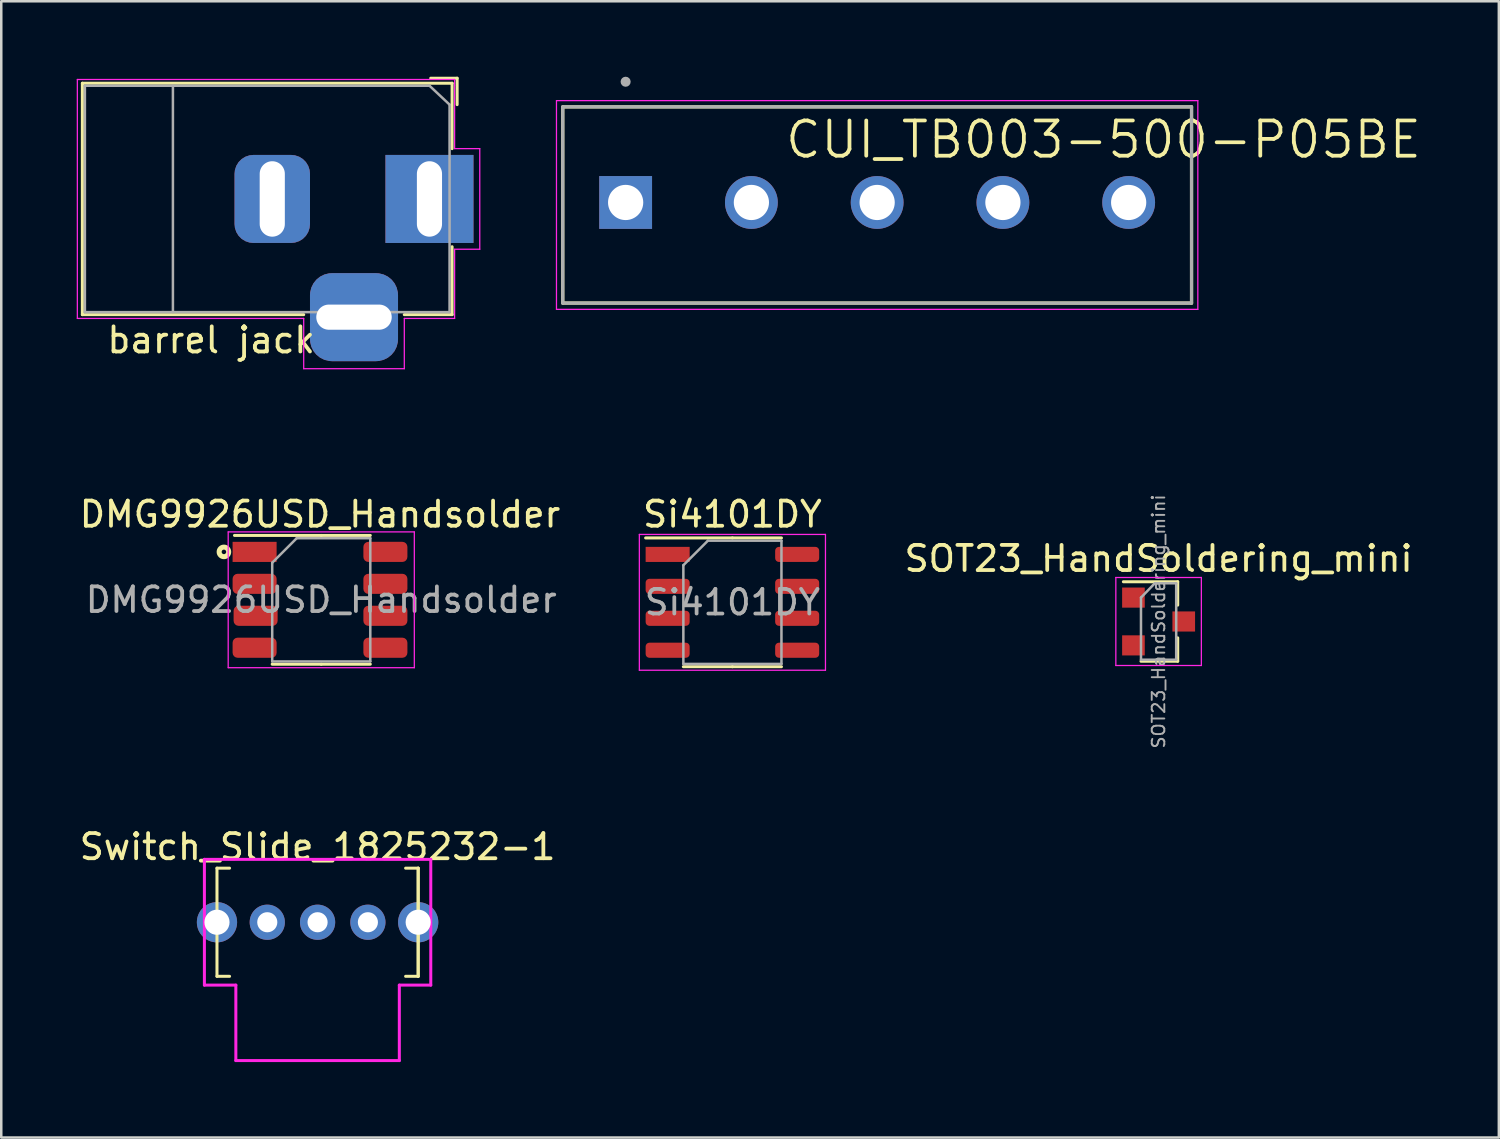
<source format=kicad_pcb>
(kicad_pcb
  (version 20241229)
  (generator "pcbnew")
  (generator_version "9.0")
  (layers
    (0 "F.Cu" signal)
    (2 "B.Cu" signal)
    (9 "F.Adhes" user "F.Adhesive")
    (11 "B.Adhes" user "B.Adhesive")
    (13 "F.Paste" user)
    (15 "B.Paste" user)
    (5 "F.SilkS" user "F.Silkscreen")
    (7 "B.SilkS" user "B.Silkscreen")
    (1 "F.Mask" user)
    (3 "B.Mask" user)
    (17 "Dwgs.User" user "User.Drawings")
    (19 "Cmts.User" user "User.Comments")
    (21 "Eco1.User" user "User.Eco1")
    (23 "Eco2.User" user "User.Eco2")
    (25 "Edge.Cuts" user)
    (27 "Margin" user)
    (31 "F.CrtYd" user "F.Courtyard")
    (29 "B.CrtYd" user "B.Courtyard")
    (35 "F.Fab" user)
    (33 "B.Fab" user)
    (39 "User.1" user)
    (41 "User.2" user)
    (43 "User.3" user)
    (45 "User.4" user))
  (footprint "DMG9926USD_Handsolder"
    (layer "F.Cu")
    (at 9.673 20.798)
    (property "Reference" "DMG9926USD_Handsolder" (at 0 -3.4 0) (layer "F.SilkS") (effects (font (size 1 1) (thickness 0.15))))
    (attr through_hole)
    (fp_line (start 0.05 -2.56) (end -3.4 -2.56) (stroke (width 0.12) (type solid)) (layer "F.SilkS"))
    (fp_line (start 0.05 -2.56) (end 2 -2.56) (stroke (width 0.12) (type solid)) (layer "F.SilkS"))
    (fp_line (start 0.05 2.56) (end -1.9 2.56) (stroke (width 0.12) (type solid)) (layer "F.SilkS"))
    (fp_line (start 0.05 2.56) (end 2 2.56) (stroke (width 0.12) (type solid)) (layer "F.SilkS"))
    (fp_circle (center -3.82 -1.905) (end -3.73 -1.905) (stroke (width 0.2) (type solid)) (fill no) (layer "F.SilkS"))
    (fp_line (start -3.65 -2.7) (end -3.65 2.7) (stroke (width 0.05) (type solid)) (layer "F.CrtYd"))
    (fp_line (start -3.65 2.7) (end 3.75 2.7) (stroke (width 0.05) (type solid)) (layer "F.CrtYd"))
    (fp_line (start 3.75 -2.7) (end -3.65 -2.7) (stroke (width 0.05) (type solid)) (layer "F.CrtYd"))
    (fp_line (start 3.75 2.7) (end 3.75 -2.7) (stroke (width 0.05) (type solid)) (layer "F.CrtYd"))
    (fp_line (start -1.9 -1.475) (end -0.925 -2.45) (stroke (width 0.1) (type solid)) (layer "F.Fab"))
    (fp_line (start -1.9 2.45) (end -1.9 -1.475) (stroke (width 0.1) (type solid)) (layer "F.Fab"))
    (fp_line (start -0.925 -2.45) (end 2 -2.45) (stroke (width 0.1) (type solid)) (layer "F.Fab"))
    (fp_line (start 2 -2.45) (end 2 2.45) (stroke (width 0.1) (type solid)) (layer "F.Fab"))
    (fp_line (start 2 2.45) (end -1.9 2.45) (stroke (width 0.1) (type solid)) (layer "F.Fab"))
    (fp_text user "${REFERENCE}" (at 0.05 0 0) (layer "F.Fab") (effects (font (size 0.98 0.98) (thickness 0.15))))
    (pad "D1" smd roundrect (at 2.6 -1.905) (size 1.75 0.8) (layers "F.Cu" "F.Mask" "F.Paste") (roundrect_rratio 0.25))
    (pad "D1" smd roundrect (at 2.6 -0.635) (size 1.75 0.8) (layers "F.Cu" "F.Mask" "F.Paste") (roundrect_rratio 0.25))
    (pad "D2" smd roundrect (at 2.6 0.635) (size 1.75 0.8) (layers "F.Cu" "F.Mask" "F.Paste") (roundrect_rratio 0.25))
    (pad "D2" smd roundrect (at 2.6 1.905) (size 1.75 0.8) (layers "F.Cu" "F.Mask" "F.Paste") (roundrect_rratio 0.25))
    (pad "G1" smd roundrect (at -2.6 -0.635) (size 1.75 0.8) (layers "F.Cu" "F.Mask" "F.Paste") (roundrect_rratio 0.25))
    (pad "G2" smd roundrect (at -2.6 1.905) (size 1.75 0.8) (layers "F.Cu" "F.Mask" "F.Paste") (roundrect_rratio 0.25))
    (pad "S1" smd rect (at -2.6 -1.905) (size 1.75 0.8) (layers "F.Cu" "F.Mask" "F.Paste"))
    (pad "S2" smd roundrect (at -2.56 0.635) (size 1.75 0.8) (layers "F.Cu" "F.Mask" "F.Paste") (roundrect_rratio 0.25)))
  (footprint "SOT23_HandSoldering_mini"
    (layer "F.Cu")
    (at 43.015 21.66)
    (property "Reference" "SOT23_HandSoldering_mini" (at 0 -2.5 0) (layer "F.SilkS") (effects (font (size 1 1) (thickness 0.15))))
    (attr through_hole)
    (fp_line (start 0.76 -1.58) (end -1.4 -1.58) (stroke (width 0.12) (type solid)) (layer "F.SilkS"))
    (fp_line (start 0.76 -1.58) (end 0.76 -0.65) (stroke (width 0.12) (type solid)) (layer "F.SilkS"))
    (fp_line (start 0.76 1.58) (end -0.7 1.58) (stroke (width 0.12) (type solid)) (layer "F.SilkS"))
    (fp_line (start 0.76 1.58) (end 0.76 0.65) (stroke (width 0.12) (type solid)) (layer "F.SilkS"))
    (fp_line (start -1.7 -1.75) (end 1.7 -1.75) (stroke (width 0.05) (type solid)) (layer "F.CrtYd"))
    (fp_line (start -1.7 1.75) (end -1.7 -1.75) (stroke (width 0.05) (type solid)) (layer "F.CrtYd"))
    (fp_line (start 1.7 -1.75) (end 1.7 1.75) (stroke (width 0.05) (type solid)) (layer "F.CrtYd"))
    (fp_line (start 1.7 1.75) (end -1.7 1.75) (stroke (width 0.05) (type solid)) (layer "F.CrtYd"))
    (fp_line (start -0.7 -0.95) (end -0.7 1.5) (stroke (width 0.1) (type solid)) (layer "F.Fab"))
    (fp_line (start -0.7 -0.95) (end -0.15 -1.52) (stroke (width 0.1) (type solid)) (layer "F.Fab"))
    (fp_line (start -0.7 1.52) (end 0.7 1.52) (stroke (width 0.1) (type solid)) (layer "F.Fab"))
    (fp_line (start -0.15 -1.52) (end 0.7 -1.52) (stroke (width 0.1) (type solid)) (layer "F.Fab"))
    (fp_line (start 0.7 -1.52) (end 0.7 1.52) (stroke (width 0.1) (type solid)) (layer "F.Fab"))
    (fp_text user "${REFERENCE}" (at 0 0 90) (layer "F.Fab") (effects (font (size 0.5 0.5) (thickness 0.075))))
    (pad "1" smd rect (at -1 -0.95) (size 0.9 0.8) (layers "F.Cu" "F.Mask" "F.Paste"))
    (pad "2" smd rect (at -1 0.95) (size 0.9 0.8) (layers "F.Cu" "F.Mask" "F.Paste"))
    (pad "3" smd rect (at 1 0) (size 0.9 0.8) (layers "F.Cu" "F.Mask" "F.Paste")))
  (footprint "Switch_Slide_1825232-1"
    (layer "F.Cu")
    (at 9.577 33.618)
    (property "Reference" "Switch_Slide_1825232-1" (at 0 -3 0) (layer "F.SilkS") (effects (font (size 1 1) (thickness 0.15))))
    (attr through_hole)
    (fp_line (start -4 -2.15) (end -3.5 -2.15) (stroke (width 0.12) (type solid)) (layer "F.SilkS"))
    (fp_line (start -4 0) (end -4 -2.15) (stroke (width 0.12) (type solid)) (layer "F.SilkS"))
    (fp_line (start -4 0) (end -4 2.15) (stroke (width 0.12) (type solid)) (layer "F.SilkS"))
    (fp_line (start -4 2.15) (end -3.5 2.15) (stroke (width 0.12) (type solid)) (layer "F.SilkS"))
    (fp_line (start 3.5 -2.15) (end 4 -2.15) (stroke (width 0.12) (type solid)) (layer "F.SilkS"))
    (fp_line (start 3.5 2.15) (end 4 2.15) (stroke (width 0.12) (type solid)) (layer "F.SilkS"))
    (fp_line (start 4 -2.15) (end 4 2.15) (stroke (width 0.12) (type solid)) (layer "F.SilkS"))
    (fp_line (start 4 0) (end 4 -2.15) (stroke (width 0.12) (type solid)) (layer "F.SilkS"))
    (fp_line (start 4 0) (end 4 2.15) (stroke (width 0.12) (type solid)) (layer "F.SilkS"))
    (fp_line (start -4.5 -2.5) (end 4.5 -2.5) (stroke (width 0.12) (type solid)) (layer "F.CrtYd"))
    (fp_line (start -4.5 2.5) (end -4.5 -2.5) (stroke (width 0.12) (type solid)) (layer "F.CrtYd"))
    (fp_line (start -3.25 2.5) (end -4.5 2.5) (stroke (width 0.12) (type solid)) (layer "F.CrtYd"))
    (fp_line (start -3.25 5.5) (end -3.25 2.5) (stroke (width 0.12) (type solid)) (layer "F.CrtYd"))
    (fp_line (start 3.25 2.5) (end 3.25 5.5) (stroke (width 0.12) (type solid)) (layer "F.CrtYd"))
    (fp_line (start 3.25 5.5) (end -3.25 5.5) (stroke (width 0.12) (type solid)) (layer "F.CrtYd"))
    (fp_line (start 4.5 -2.5) (end 4.5 2.5) (stroke (width 0.12) (type solid)) (layer "F.CrtYd"))
    (fp_line (start 4.5 2.5) (end 3.25 2.5) (stroke (width 0.12) (type solid)) (layer "F.CrtYd"))
    (pad "" thru_hole circle (at -4 0) (size 1.6 1.6) (drill 1) (layers "*.Cu" "*.Mask"))
    (pad "" thru_hole circle (at 4 0) (size 1.6 1.6) (drill 1) (layers "*.Cu" "*.Mask"))
    (pad "1" thru_hole circle (at -2 0) (size 1.4 1.4) (drill 0.8) (layers "*.Cu" "*.Mask"))
    (pad "2" thru_hole circle (at 0 0) (size 1.4 1.4) (drill 0.8) (layers "*.Cu" "*.Mask"))
    (pad "3" thru_hole circle (at 2 0) (size 1.4 1.4) (drill 0.8) (layers "*.Cu" "*.Mask")))
  (footprint "Si4101DY"
    (layer "F.Cu")
    (at 26.07 20.898)
    (property "Reference" "Si4101DY" (at 0 -3.5 0) (layer "F.SilkS") (effects (font (size 1 1) (thickness 0.15))))
    (attr through_hole)
    (fp_line (start 0 -2.56) (end -3.45 -2.56) (stroke (width 0.12) (type solid)) (layer "F.SilkS"))
    (fp_line (start 0 -2.56) (end 1.95 -2.56) (stroke (width 0.12) (type solid)) (layer "F.SilkS"))
    (fp_line (start 0 2.56) (end -1.95 2.56) (stroke (width 0.12) (type solid)) (layer "F.SilkS"))
    (fp_line (start 0 2.56) (end 1.95 2.56) (stroke (width 0.12) (type solid)) (layer "F.SilkS"))
    (fp_line (start -3.7 -2.7) (end -3.7 2.7) (stroke (width 0.05) (type solid)) (layer "F.CrtYd"))
    (fp_line (start -3.7 2.7) (end 3.7 2.7) (stroke (width 0.05) (type solid)) (layer "F.CrtYd"))
    (fp_line (start 3.7 -2.7) (end -3.7 -2.7) (stroke (width 0.05) (type solid)) (layer "F.CrtYd"))
    (fp_line (start 3.7 2.7) (end 3.7 -2.7) (stroke (width 0.05) (type solid)) (layer "F.CrtYd"))
    (fp_line (start -1.95 -1.475) (end -0.975 -2.45) (stroke (width 0.1) (type solid)) (layer "F.Fab"))
    (fp_line (start -1.95 2.45) (end -1.95 -1.475) (stroke (width 0.1) (type solid)) (layer "F.Fab"))
    (fp_line (start -0.975 -2.45) (end 1.95 -2.45) (stroke (width 0.1) (type solid)) (layer "F.Fab"))
    (fp_line (start 1.95 -2.45) (end 1.95 2.45) (stroke (width 0.1) (type solid)) (layer "F.Fab"))
    (fp_line (start 1.95 2.45) (end -1.95 2.45) (stroke (width 0.1) (type solid)) (layer "F.Fab"))
    (fp_text user "${REFERENCE}" (at 0 0 180) (layer "F.Fab") (effects (font (size 0.98 0.98) (thickness 0.15))))
    (pad "D" smd roundrect (at 2.575 -1.905) (size 1.75 0.6) (layers "F.Cu" "F.Mask" "F.Paste") (roundrect_rratio 0.25))
    (pad "D" smd roundrect (at 2.575 -0.635) (size 1.75 0.6) (layers "F.Cu" "F.Mask" "F.Paste") (roundrect_rratio 0.25))
    (pad "D" smd roundrect (at 2.575 0.635) (size 1.75 0.6) (layers "F.Cu" "F.Mask" "F.Paste") (roundrect_rratio 0.25))
    (pad "D" smd roundrect (at 2.575 1.905) (size 1.75 0.6) (layers "F.Cu" "F.Mask" "F.Paste") (roundrect_rratio 0.25))
    (pad "G" smd roundrect (at -2.575 1.905) (size 1.75 0.6) (layers "F.Cu" "F.Mask" "F.Paste") (roundrect_rratio 0.25))
    (pad "S" smd rect (at -2.575 -1.905) (size 1.75 0.6) (layers "F.Cu" "F.Mask" "F.Paste"))
    (pad "S" smd roundrect (at -2.575 -0.635) (size 1.75 0.6) (layers "F.Cu" "F.Mask" "F.Paste") (roundrect_rratio 0.25))
    (pad "S" smd roundrect (at -2.575 0.635) (size 1.75 0.6) (layers "F.Cu" "F.Mask" "F.Paste") (roundrect_rratio 0.25)))
  (footprint "barrel jack"
    (layer "F.Cu")
    (at 8.615 13.3)
    (property "Reference" "barrel jack" (at -3.27 -2.83 0) (layer "F.SilkS") (effects (font (size 1 1) (thickness 0.15))))
    (attr through_hole)
    (fp_line (start -8.39 -13.04) (end 6.31 -13.04) (stroke (width 0.12) (type solid)) (layer "F.SilkS"))
    (fp_line (start -8.39 -3.84) (end -8.39 -13.04) (stroke (width 0.12) (type solid)) (layer "F.SilkS"))
    (fp_line (start 0.41 -3.84) (end -8.39 -3.84) (stroke (width 0.12) (type solid)) (layer "F.SilkS"))
    (fp_line (start 5.46 -13.24) (end 6.51 -13.24) (stroke (width 0.12) (type solid)) (layer "F.SilkS"))
    (fp_line (start 6.31 -13.04) (end 6.31 -10.44) (stroke (width 0.12) (type solid)) (layer "F.SilkS"))
    (fp_line (start 6.31 -6.54) (end 6.31 -3.84) (stroke (width 0.12) (type solid)) (layer "F.SilkS"))
    (fp_line (start 6.31 -3.84) (end 4.41 -3.84) (stroke (width 0.12) (type solid)) (layer "F.SilkS"))
    (fp_line (start 6.51 -12.19) (end 6.51 -13.24) (stroke (width 0.12) (type solid)) (layer "F.SilkS"))
    (fp_line (start -8.59 -3.69) (end -8.59 -13.19) (stroke (width 0.05) (type solid)) (layer "F.CrtYd"))
    (fp_line (start 0.41 -3.69) (end -8.59 -3.69) (stroke (width 0.05) (type solid)) (layer "F.CrtYd"))
    (fp_line (start 0.41 -1.69) (end 0.41 -3.69) (stroke (width 0.05) (type solid)) (layer "F.CrtYd"))
    (fp_line (start 4.41 -3.69) (end 4.41 -1.69) (stroke (width 0.05) (type solid)) (layer "F.CrtYd"))
    (fp_line (start 4.41 -1.69) (end 0.41 -1.69) (stroke (width 0.05) (type solid)) (layer "F.CrtYd"))
    (fp_line (start 6.41 -13.19) (end -8.59 -13.19) (stroke (width 0.05) (type solid)) (layer "F.CrtYd"))
    (fp_line (start 6.41 -12.94) (end 6.41 -13.19) (stroke (width 0.05) (type solid)) (layer "F.CrtYd"))
    (fp_line (start 6.41 -12.94) (end 6.41 -10.44) (stroke (width 0.05) (type solid)) (layer "F.CrtYd"))
    (fp_line (start 6.41 -10.44) (end 7.41 -10.44) (stroke (width 0.05) (type solid)) (layer "F.CrtYd"))
    (fp_line (start 6.41 -6.44) (end 6.41 -3.69) (stroke (width 0.05) (type solid)) (layer "F.CrtYd"))
    (fp_line (start 6.41 -3.69) (end 4.41 -3.69) (stroke (width 0.05) (type solid)) (layer "F.CrtYd"))
    (fp_line (start 7.41 -10.44) (end 7.41 -6.44) (stroke (width 0.05) (type solid)) (layer "F.CrtYd"))
    (fp_line (start 7.41 -6.44) (end 6.41 -6.44) (stroke (width 0.05) (type solid)) (layer "F.CrtYd"))
    (fp_line (start -8.29 -12.94) (end -8.29 -3.94) (stroke (width 0.1) (type solid)) (layer "F.Fab"))
    (fp_line (start -8.29 -3.94) (end 6.21 -3.94) (stroke (width 0.1) (type solid)) (layer "F.Fab"))
    (fp_line (start -4.79 -12.94) (end -4.79 -3.94) (stroke (width 0.1) (type solid)) (layer "F.Fab"))
    (fp_line (start 5.407 -12.945) (end 6.21 -12.19) (stroke (width 0.1) (type solid)) (layer "F.Fab"))
    (fp_line (start 5.41 -12.94) (end -8.29 -12.94) (stroke (width 0.1) (type solid)) (layer "F.Fab"))
    (fp_line (start 6.21 -3.94) (end 6.21 -12.19) (stroke (width 0.1) (type solid)) (layer "F.Fab"))
    (pad "1" thru_hole rect (at 5.41 -8.44) (size 3.5 3.5) (drill oval 1 3) (layers "*.Cu" "*.Mask"))
    (pad "2" thru_hole roundrect (at -0.84 -8.44) (size 3 3.5) (drill oval 1 3) (layers "*.Cu" "*.Mask") (roundrect_rratio 0.25))
    (pad "3" thru_hole roundrect (at 2.41 -3.74) (size 3.5 3.5) (drill oval 3 1) (layers "*.Cu" "*.Mask") (roundrect_rratio 0.25)))
  (footprint "CUI_TB003-500-P05BE"
    (layer "F.Cu")
    (at 21.825 5)
    (property "Reference" "CUI_TB003-500-P05BE" (at 19 -2.5 0) (layer "F.SilkS") (effects (font (size 1.4 1.4) (thickness 0.15))))
    (attr through_hole)
    (fp_line (start -2.5 -3.8) (end 22.5 -3.8) (stroke (width 0.127) (type solid)) (layer "F.SilkS"))
    (fp_line (start -2.5 4) (end -2.5 -3.8) (stroke (width 0.127) (type solid)) (layer "F.SilkS"))
    (fp_line (start 22.5 -3.8) (end 22.5 4) (stroke (width 0.127) (type solid)) (layer "F.SilkS"))
    (fp_line (start 22.5 4) (end -2.5 4) (stroke (width 0.127) (type solid)) (layer "F.SilkS"))
    (fp_line (start -2.75 -4.05) (end 22.75 -4.05) (stroke (width 0.05) (type solid)) (layer "F.CrtYd"))
    (fp_line (start -2.75 4.25) (end -2.75 -4.05) (stroke (width 0.05) (type solid)) (layer "F.CrtYd"))
    (fp_line (start 22.75 -4.05) (end 22.75 4.25) (stroke (width 0.05) (type solid)) (layer "F.CrtYd"))
    (fp_line (start 22.75 4.25) (end -2.75 4.25) (stroke (width 0.05) (type solid)) (layer "F.CrtYd"))
    (fp_line (start -2.5 -3.8) (end 22.5 -3.8) (stroke (width 0.127) (type solid)) (layer "F.Fab"))
    (fp_line (start -2.5 4) (end -2.5 -3.8) (stroke (width 0.127) (type solid)) (layer "F.Fab"))
    (fp_line (start 22.5 -3.8) (end 22.5 4) (stroke (width 0.127) (type solid)) (layer "F.Fab"))
    (fp_line (start 22.5 4) (end -2.5 4) (stroke (width 0.127) (type solid)) (layer "F.Fab"))
    (fp_circle (center 0 -4.8) (end 0.1 -4.8) (stroke (width 0.2) (type solid)) (fill no) (layer "F.Fab"))
    (pad "1" thru_hole rect (at 0 0) (size 2.1 2.1) (drill 1.4) (layers "*.Cu" "*.Mask"))
    (pad "2" thru_hole circle (at 5 0) (size 2.1 2.1) (drill 1.4) (layers "*.Cu" "*.Mask"))
    (pad "3" thru_hole circle (at 10 0) (size 2.1 2.1) (drill 1.4) (layers "*.Cu" "*.Mask"))
    (pad "4" thru_hole circle (at 15 0) (size 2.1 2.1) (drill 1.4) (layers "*.Cu" "*.Mask"))
    (pad "5" thru_hole circle (at 20 0) (size 2.1 2.1) (drill 1.4) (layers "*.Cu" "*.Mask")))
  (gr_rect
    (start -3 -3)
    (end 56.543 42.178)
    (stroke (width 0.1) (type default))
    (fill no)
    (layer "Edge.Cuts")))
</source>
